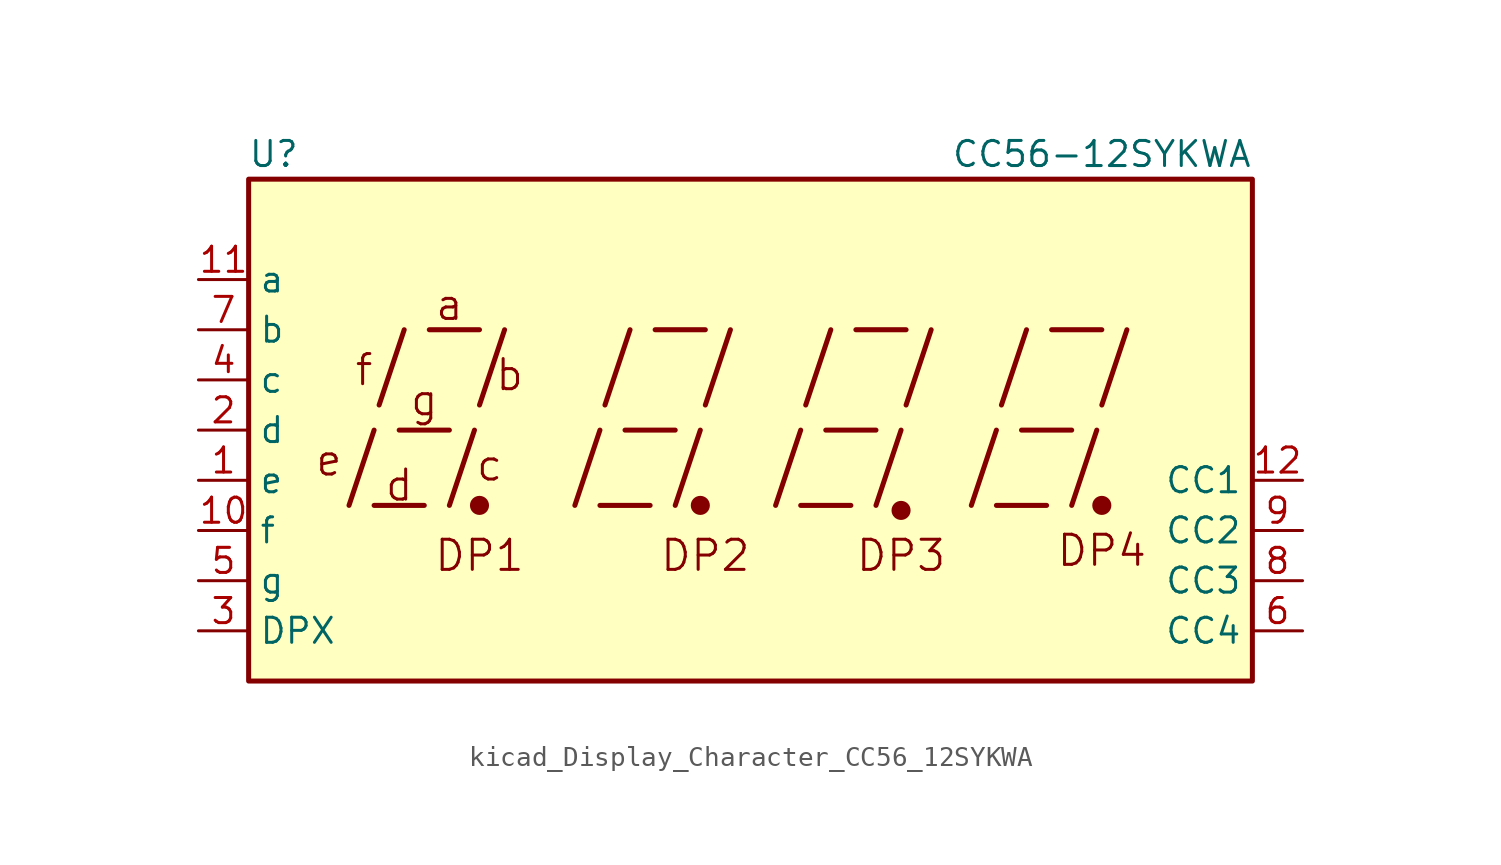
<source format=kicad_sym>
(kicad_symbol_lib
  (version 20220914)
  (generator kicad_symbol_editor)
  (symbol "kicad_Display_Character_CC56_12SYKWA"
    (property "Reference" "U"
      (at -24.13 13.97 0)
      (effects (font (size 1.27 1.27))))
    (property "Value" "CC56-12SYKWA"
      (at 17.78 13.97 0)
      (effects (font (size 1.27 1.27))))
    (symbol "kicad_Display_Character_CC56_12SYKWA_0_0"
      (rectangle (start -25.4 12.7) (end 25.4 -12.7) (stroke (width 0.254) (type default)) (fill (type background)))
      (polyline (pts (xy -20.32 -3.81) (xy -19.05 0)) (stroke (width 0.254) (type default)) (fill (type none)))
      (polyline (pts (xy -19.05 -3.81) (xy -16.51 -3.81)) (stroke (width 0.254) (type default)) (fill (type none)))
      (polyline (pts (xy -18.796 1.27) (xy -17.526 5.08)) (stroke (width 0.254) (type default)) (fill (type none)))
      (polyline (pts (xy -17.78 0) (xy -15.24 0)) (stroke (width 0.254) (type default)) (fill (type none)))
      (polyline (pts (xy -16.256 5.08) (xy -13.716 5.08)) (stroke (width 0.254) (type default)) (fill (type none)))
      (polyline (pts (xy -15.24 -3.81) (xy -13.97 0)) (stroke (width 0.254) (type default)) (fill (type none)))
      (polyline (pts (xy -13.716 1.27) (xy -12.446 5.08)) (stroke (width 0.254) (type default)) (fill (type none)))
      (polyline (pts (xy -8.89 -3.81) (xy -7.62 0)) (stroke (width 0.254) (type default)) (fill (type none)))
      (polyline (pts (xy -7.62 -3.81) (xy -5.08 -3.81)) (stroke (width 0.254) (type default)) (fill (type none)))
      (polyline (pts (xy -7.366 1.27) (xy -6.096 5.08)) (stroke (width 0.254) (type default)) (fill (type none)))
      (polyline (pts (xy -6.35 0) (xy -3.81 0)) (stroke (width 0.254) (type default)) (fill (type none)))
      (polyline (pts (xy -4.826 5.08) (xy -2.286 5.08)) (stroke (width 0.254) (type default)) (fill (type none)))
      (polyline (pts (xy -3.81 -3.81) (xy -2.54 0)) (stroke (width 0.254) (type default)) (fill (type none)))
      (polyline (pts (xy -2.286 1.27) (xy -1.016 5.08)) (stroke (width 0.254) (type default)) (fill (type none)))
      (polyline (pts (xy 1.27 -3.81) (xy 2.54 0)) (stroke (width 0.254) (type default)) (fill (type none)))
      (polyline (pts (xy 2.54 -3.81) (xy 5.08 -3.81)) (stroke (width 0.254) (type default)) (fill (type none)))
      (polyline (pts (xy 2.794 1.27) (xy 4.064 5.08)) (stroke (width 0.254) (type default)) (fill (type none)))
      (polyline (pts (xy 3.81 0) (xy 6.35 0)) (stroke (width 0.254) (type default)) (fill (type none)))
      (polyline (pts (xy 5.334 5.08) (xy 7.874 5.08)) (stroke (width 0.254) (type default)) (fill (type none)))
      (polyline (pts (xy 6.35 -3.81) (xy 7.62 0)) (stroke (width 0.254) (type default)) (fill (type none)))
      (polyline (pts (xy 7.874 1.27) (xy 9.144 5.08)) (stroke (width 0.254) (type default)) (fill (type none)))
      (polyline (pts (xy 11.176 -3.81) (xy 12.446 0)) (stroke (width 0.254) (type default)) (fill (type none)))
      (polyline (pts (xy 12.446 -3.81) (xy 14.986 -3.81)) (stroke (width 0.254) (type default)) (fill (type none)))
      (polyline (pts (xy 12.7 1.27) (xy 13.97 5.08)) (stroke (width 0.254) (type default)) (fill (type none)))
      (polyline (pts (xy 13.716 0) (xy 16.256 0)) (stroke (width 0.254) (type default)) (fill (type none)))
      (polyline (pts (xy 15.24 5.08) (xy 17.78 5.08)) (stroke (width 0.254) (type default)) (fill (type none)))
      (polyline (pts (xy 16.256 -3.81) (xy 17.526 0)) (stroke (width 0.254) (type default)) (fill (type none)))
      (polyline (pts (xy 17.78 1.27) (xy 19.05 5.08)) (stroke (width 0.254) (type default)) (fill (type none)))
      (text "a" (at -15.24 6.35 0) (effects (font (size 1.524 1.524))))
      (text "b" (at -12.192 2.794 0) (effects (font (size 1.524 1.524))))
      (text "c" (at -13.208 -1.778 0) (effects (font (size 1.524 1.524))))
      (text "d" (at -17.78 -2.794 0) (effects (font (size 1.524 1.524))))
      (text "DP1" (at -13.716 -6.35 0) (effects (font (size 1.524 1.524))))
      (text "DP2" (at -2.286 -6.35 0) (effects (font (size 1.524 1.524))))
      (text "DP3" (at 7.62 -6.35 0) (effects (font (size 1.524 1.524))))
      (text "DP4" (at 17.78 -6.096 0) (effects (font (size 1.524 1.524))))
      (text "e" (at -21.336 -1.524 0) (effects (font (size 1.524 1.524))))
      (text "f" (at -19.558 3.048 0) (effects (font (size 1.524 1.524))))
      (text "g" (at -16.51 1.524 0) (effects (font (size 1.524 1.524)))))
    (symbol "kicad_Display_Character_CC56_12SYKWA_0_1"
      (circle (center -13.716 -3.81) (radius 0.356) (stroke (width 0.254) (type default)) (fill (type outline)))
      (circle (center -2.54 -3.81) (radius 0.356) (stroke (width 0.254) (type default)) (fill (type outline))))
    (symbol "kicad_Display_Character_CC56_12SYKWA_1_0"
      (circle (center 7.62 -4.064) (radius 0.356) (stroke (width 0.254) (type default)) (fill (type outline)))
      (circle (center 17.78 -3.81) (radius 0.356) (stroke (width 0.254) (type default)) (fill (type outline))))
    (symbol "kicad_Display_Character_CC56_12SYKWA_1_1"
      (pin input line (at -27.94 -2.54 0) (length 2.54) (name "e" (effects (font (size 1.27 1.27)))) (number "1" (effects (font (size 1.27 1.27)))))
      (pin input line (at -27.94 -5.08 0) (length 2.54) (name "f" (effects (font (size 1.27 1.27)))) (number "10" (effects (font (size 1.27 1.27)))))
      (pin input line (at -27.94 7.62 0) (length 2.54) (name "a" (effects (font (size 1.27 1.27)))) (number "11" (effects (font (size 1.27 1.27)))))
      (pin input line (at 27.94 -2.54 180) (length 2.54) (name "CC1" (effects (font (size 1.27 1.27)))) (number "12" (effects (font (size 1.27 1.27)))))
      (pin input line (at -27.94 0 0) (length 2.54) (name "d" (effects (font (size 1.27 1.27)))) (number "2" (effects (font (size 1.27 1.27)))))
      (pin input line (at -27.94 -10.16 0) (length 2.54) (name "DPX" (effects (font (size 1.27 1.27)))) (number "3" (effects (font (size 1.27 1.27)))))
      (pin input line (at -27.94 2.54 0) (length 2.54) (name "c" (effects (font (size 1.27 1.27)))) (number "4" (effects (font (size 1.27 1.27)))))
      (pin input line (at -27.94 -7.62 0) (length 2.54) (name "g" (effects (font (size 1.27 1.27)))) (number "5" (effects (font (size 1.27 1.27)))))
      (pin input line (at 27.94 -10.16 180) (length 2.54) (name "CC4" (effects (font (size 1.27 1.27)))) (number "6" (effects (font (size 1.27 1.27)))))
      (pin input line (at -27.94 5.08 0) (length 2.54) (name "b" (effects (font (size 1.27 1.27)))) (number "7" (effects (font (size 1.27 1.27)))))
      (pin input line (at 27.94 -7.62 180) (length 2.54) (name "CC3" (effects (font (size 1.27 1.27)))) (number "8" (effects (font (size 1.27 1.27)))))
      (pin input line (at 27.94 -5.08 180) (length 2.54) (name "CC2" (effects (font (size 1.27 1.27)))) (number "9" (effects (font (size 1.27 1.27))))))))
</source>
